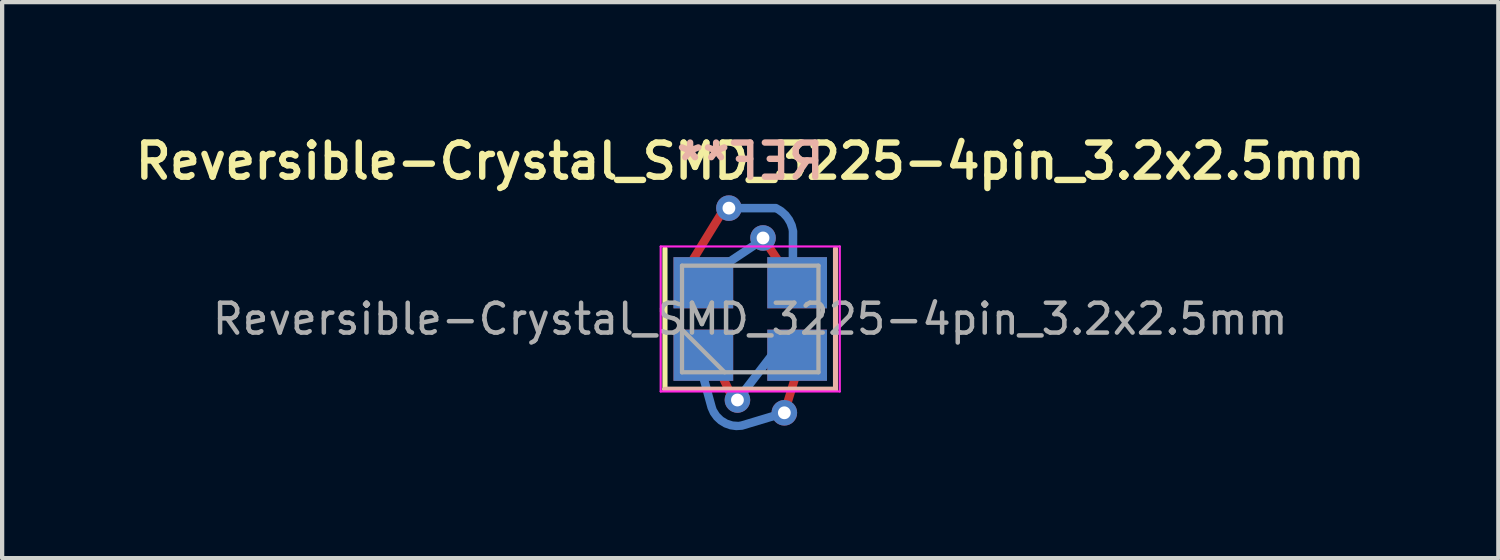
<source format=kicad_pcb>
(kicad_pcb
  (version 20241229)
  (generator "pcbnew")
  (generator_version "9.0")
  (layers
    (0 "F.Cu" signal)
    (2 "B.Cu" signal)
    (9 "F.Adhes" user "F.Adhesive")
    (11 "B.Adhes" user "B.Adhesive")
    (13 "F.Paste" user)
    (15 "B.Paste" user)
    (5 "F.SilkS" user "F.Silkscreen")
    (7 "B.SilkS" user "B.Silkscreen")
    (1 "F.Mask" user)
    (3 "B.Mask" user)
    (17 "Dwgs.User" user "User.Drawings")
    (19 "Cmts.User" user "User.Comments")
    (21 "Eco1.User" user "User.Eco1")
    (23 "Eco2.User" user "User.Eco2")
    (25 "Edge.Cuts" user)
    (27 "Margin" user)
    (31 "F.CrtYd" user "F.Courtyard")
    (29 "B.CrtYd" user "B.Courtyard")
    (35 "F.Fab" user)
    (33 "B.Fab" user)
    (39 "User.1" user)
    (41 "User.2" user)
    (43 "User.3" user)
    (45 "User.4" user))
  (footprint "Reversible-Crystal_SMD_3225-4pin_3.2x2.5mm"
    (layer "F.Cu")
    (at 14.545 4.431)
    (property "Reference" "Reversible-Crystal_SMD_3225-4pin_3.2x2.5mm" (at 0 -3.7 0) (layer "F.SilkS") (effects (font (size 0.8 0.8) (thickness 0.15))))
    (attr smd)
    (fp_line (start -2 -1.65) (end -2 1.65) (stroke (width 0.12) (type solid)) (layer "F.SilkS"))
    (fp_line (start -2 1.65) (end 2 1.65) (stroke (width 0.12) (type solid)) (layer "F.SilkS"))
    (fp_line (start -2 1.65) (end 2 1.65) (stroke (width 0.12) (type solid)) (layer "B.SilkS"))
    (fp_line (start 2 -1.65) (end 2 1.65) (stroke (width 0.12) (type solid)) (layer "B.SilkS"))
    (fp_line (start -2.1 -1.7) (end -2.1 1.7) (stroke (width 0.05) (type solid)) (layer "F.CrtYd"))
    (fp_line (start -2.1 1.7) (end 2.1 1.7) (stroke (width 0.05) (type solid)) (layer "F.CrtYd"))
    (fp_line (start 2.1 -1.7) (end -2.1 -1.7) (stroke (width 0.05) (type solid)) (layer "F.CrtYd"))
    (fp_line (start 2.1 1.7) (end 2.1 -1.7) (stroke (width 0.05) (type solid)) (layer "F.CrtYd"))
    (fp_line (start -1.6 -1.25) (end -1.6 1.25) (stroke (width 0.1) (type solid)) (layer "F.Fab"))
    (fp_line (start -1.6 0.25) (end -0.6 1.25) (stroke (width 0.1) (type solid)) (layer "F.Fab"))
    (fp_line (start -1.6 1.25) (end 1.6 1.25) (stroke (width 0.1) (type solid)) (layer "F.Fab"))
    (fp_line (start 1.6 -1.25) (end -1.6 -1.25) (stroke (width 0.1) (type solid)) (layer "F.Fab"))
    (fp_line (start 1.6 1.25) (end 1.6 -1.25) (stroke (width 0.1) (type solid)) (layer "F.Fab"))
    (fp_text user "REF**" (at 0 -3.7 0) (layer "B.SilkS") (effects (font (size 0.8 0.8) (thickness 0.15)) (justify mirror)))
    (fp_text user "${REFERENCE}" (at 0 0 0) (layer "F.Fab") (effects (font (size 0.7 0.7) (thickness 0.105))))
    (pad "1" smd custom (at -1.2 0.9) (size 0.4 0.4) (layers "B.Cu") (options (anchor circle)) (primitives (gr_line (start 2 1.3) (end 1 1.6) (width 0.2)) (gr_line (start 0.296 1.176) (end 0 0.1) (width 0.2)) (gr_arc (start 0.999702 1.60005) (mid 0.569672 1.5179) (end 0.296027 1.17615) (width 0.2))))
    (pad "1" smd custom (at -1.1 0.4) (size 0.01 0.01) (layers "F.Cu") (options (anchor circle)) (primitives (gr_line (start 0 0) (end 0.8 1.7) (width 0.2))))
    (pad "1" smd rect (at -1.1 0.85) (size 1.4 1.2) (layers "F.Cu" "F.Mask" "F.Paste"))
    (pad "1" thru_hole circle (at -0.3 1.9) (size 0.6 0.6) (drill 0.3) (layers "*.Cu"))
    (pad "1" smd custom (at 0.7 0.6) (size 0.51 0.51) (layers "B.Cu") (options (anchor circle)) (primitives (gr_line (start 0 0) (end -1 1.3) (width 0.2))))
    (pad "1" smd rect (at 1.1 0.85) (size 1.4 1.2) (layers "B.Cu" "B.Mask" "B.Paste"))
    (pad "2" smd rect (at -1.1 0.85) (size 1.4 1.2) (layers "B.Cu" "B.Mask" "B.Paste"))
    (pad "2" thru_hole circle (at 0.8 2.2) (size 0.6 0.6) (drill 0.3) (layers "*.Cu"))
    (pad "2" smd rect (at 1.1 0.85) (size 1.4 1.2) (layers "F.Cu" "F.Mask" "F.Paste"))
    (pad "2" smd custom (at 1.2 0.9) (size 0.4 0.4) (layers "F.Cu") (options (anchor circle)) (primitives (gr_line (start 0 0) (end -0.4 1.3) (width 0.2))))
    (pad "3" smd rect (at -1.1 -0.85) (size 1.4 1.2) (layers "B.Cu" "B.Mask" "B.Paste"))
    (pad "3" smd custom (at 0.2 -1.8 90) (size 0.2 0.2) (layers "B.Cu" "B.Mask" "B.Paste") (options (anchor circle)) (primitives (gr_line (start -0.6 -0.9) (end 0 0) (width 0.2))))
    (pad "3" thru_hole circle (at 0.3 -1.9) (size 0.6 0.6) (drill 0.3) (layers "*.Cu"))
    (pad "3" smd custom (at 0.9 -1) (size 0.2 0.2) (layers "F.Cu" "F.Mask" "F.Paste") (options (anchor circle)) (primitives (gr_line (start -0.6 -0.9) (end 0 0) (width 0.2))))
    (pad "3" smd rect (at 1.1 -0.85) (size 1.4 1.2) (layers "F.Cu" "F.Mask" "F.Paste"))
    (pad "4" smd custom (at -1.4 -1.3) (size 0.1 0.1) (layers "F.Cu") (options (anchor circle)) (primitives (gr_line (start 0 0) (end 0.8 -1.3) (width 0.2))))
    (pad "4" smd rect (at -1.1 -0.85) (size 1.4 1.2) (layers "F.Cu" "F.Mask" "F.Paste"))
    (pad "4" thru_hole circle (at -0.5 -2.6) (size 0.6 0.6) (drill 0.3) (layers "*.Cu"))
    (pad "4" smd custom (at 1 -1.2) (size 0.1 0.1) (layers "B.Cu") (options (anchor circle)) (primitives (gr_line (start 0.003 -0.858) (end 0 0) (width 0.2)) (gr_arc (start -0.399608 -1.399819) (mid -0.129533 -1.180178) (end 0.00301 -0.858286) (width 0.2)) (gr_line (start -1.5 -1.4) (end -0.4 -1.4) (width 0.2))))
    (pad "4" smd rect (at 1.1 -0.85) (size 1.4 1.2) (layers "B.Cu" "B.Mask" "B.Paste")))
  (gr_rect
    (start -3 -3)
    (end 32.09 10.04)
    (stroke (width 0.1) (type default))
    (fill no)
    (layer "Edge.Cuts")))
</source>
